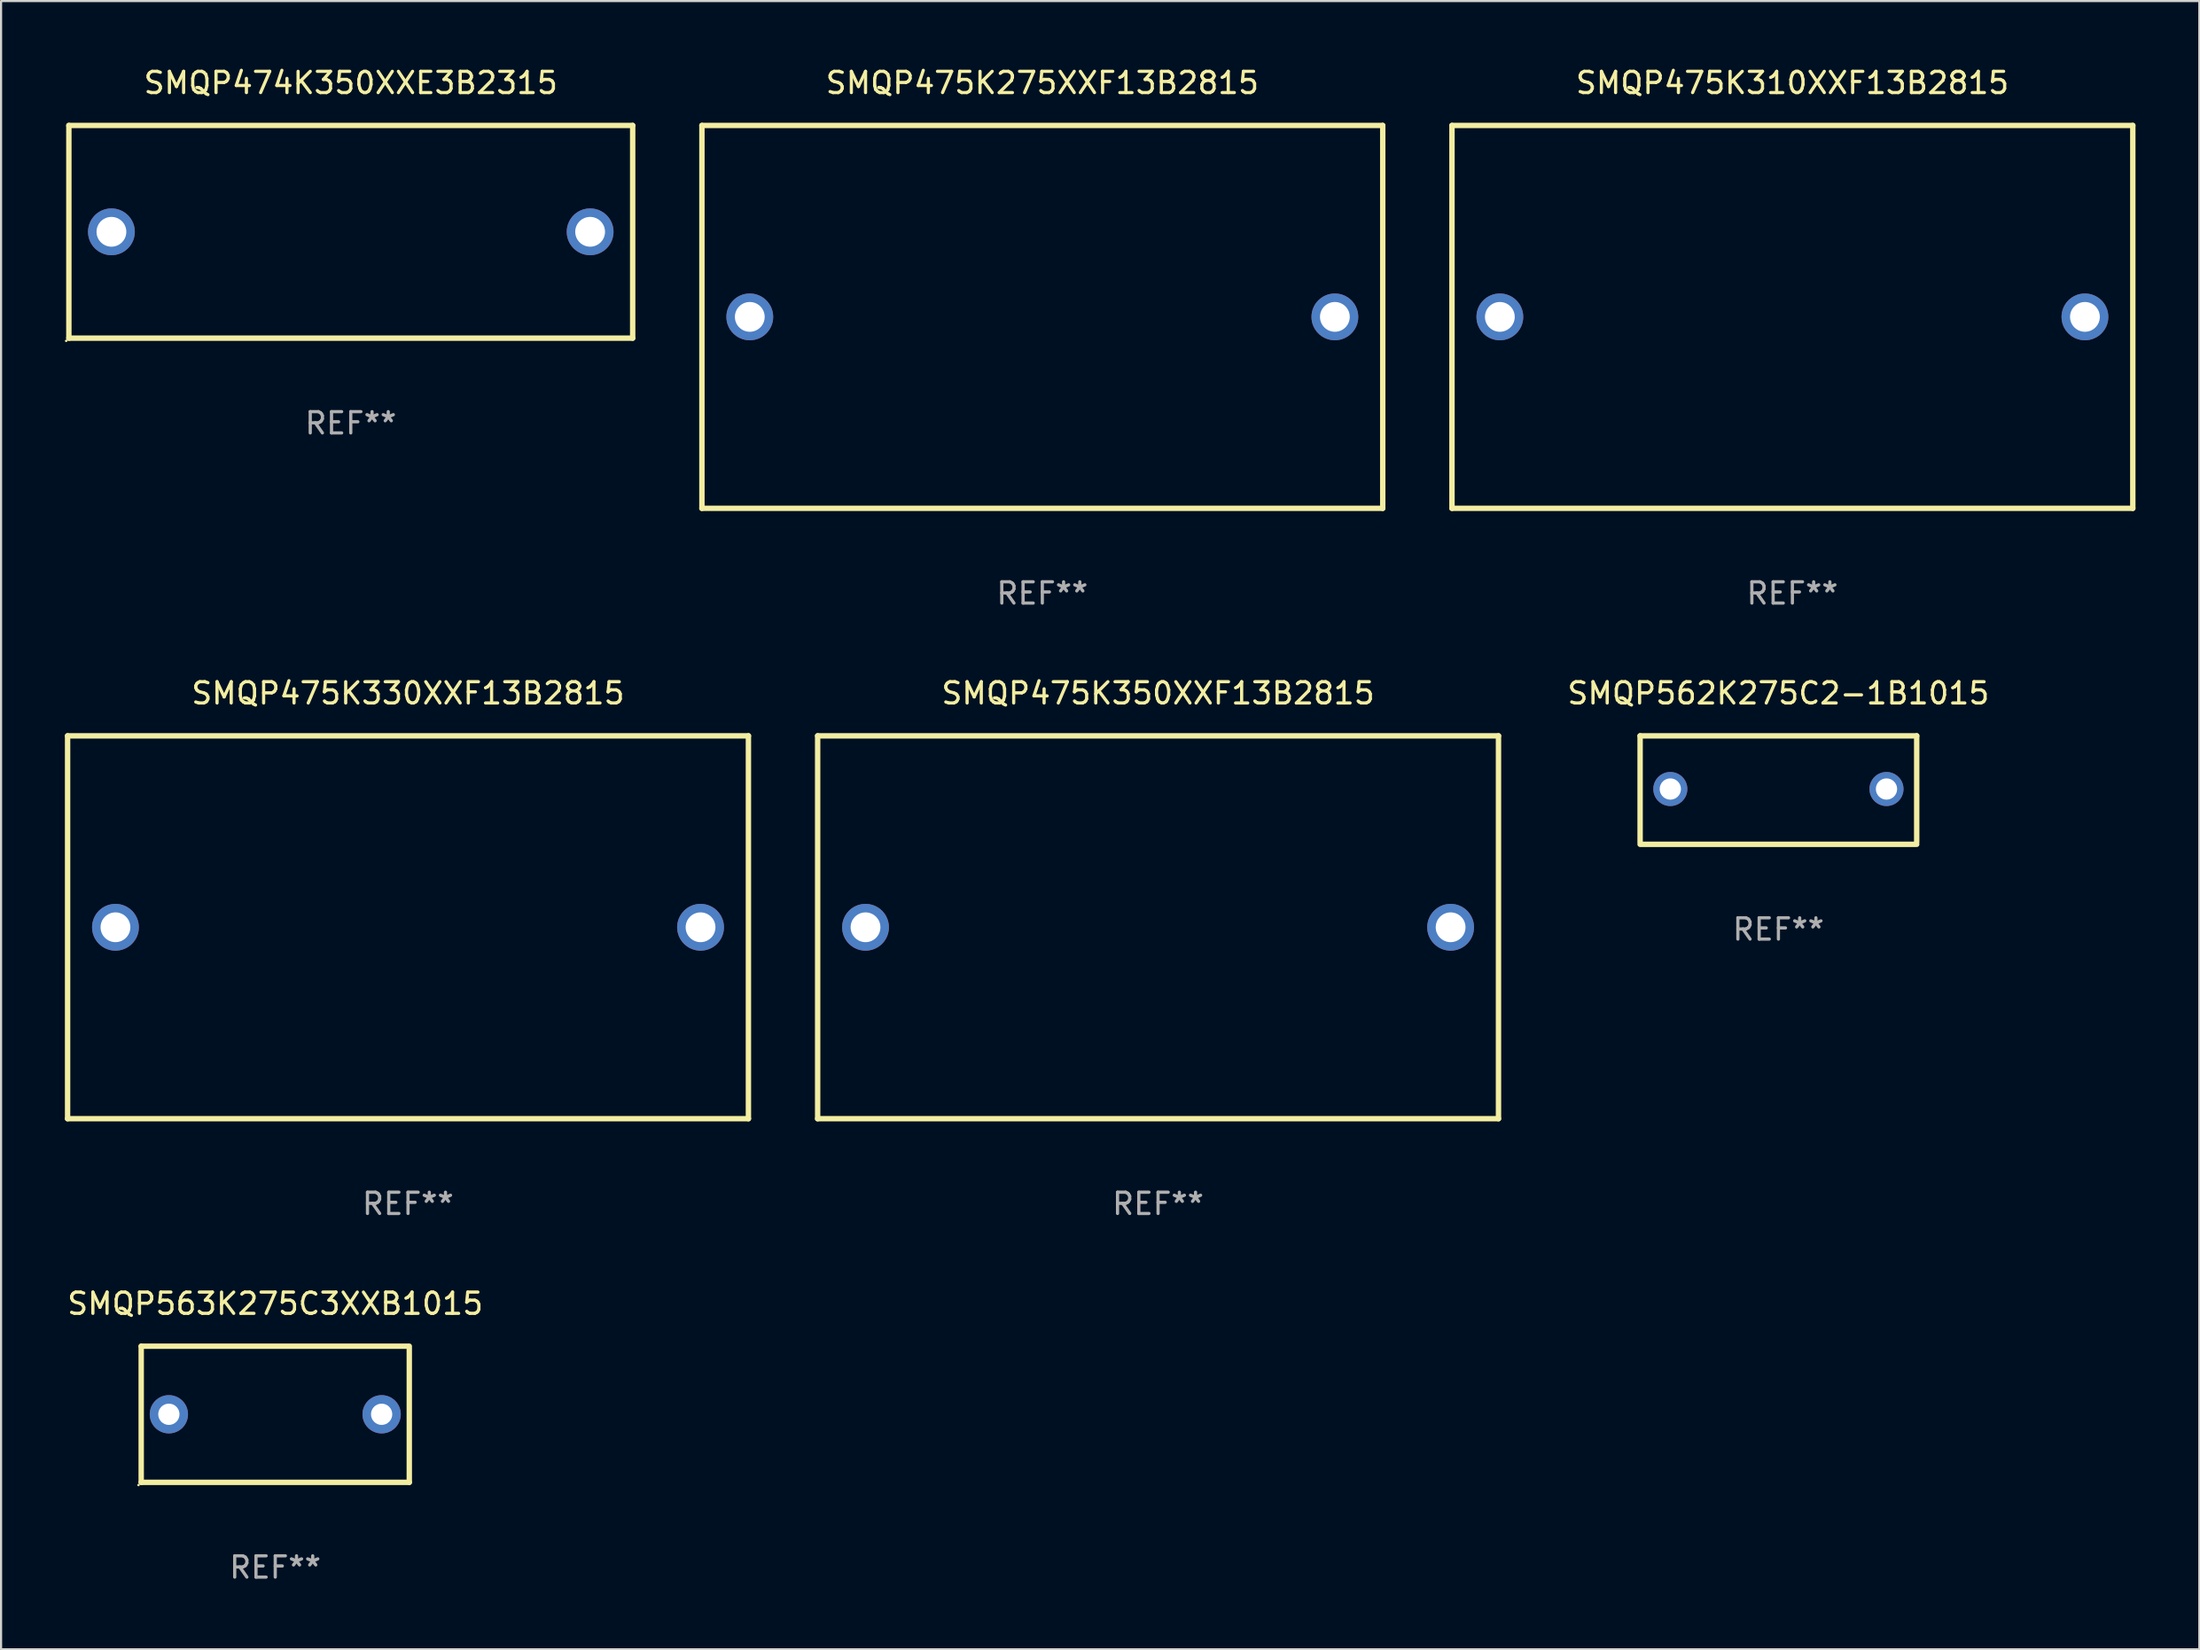
<source format=kicad_pcb>
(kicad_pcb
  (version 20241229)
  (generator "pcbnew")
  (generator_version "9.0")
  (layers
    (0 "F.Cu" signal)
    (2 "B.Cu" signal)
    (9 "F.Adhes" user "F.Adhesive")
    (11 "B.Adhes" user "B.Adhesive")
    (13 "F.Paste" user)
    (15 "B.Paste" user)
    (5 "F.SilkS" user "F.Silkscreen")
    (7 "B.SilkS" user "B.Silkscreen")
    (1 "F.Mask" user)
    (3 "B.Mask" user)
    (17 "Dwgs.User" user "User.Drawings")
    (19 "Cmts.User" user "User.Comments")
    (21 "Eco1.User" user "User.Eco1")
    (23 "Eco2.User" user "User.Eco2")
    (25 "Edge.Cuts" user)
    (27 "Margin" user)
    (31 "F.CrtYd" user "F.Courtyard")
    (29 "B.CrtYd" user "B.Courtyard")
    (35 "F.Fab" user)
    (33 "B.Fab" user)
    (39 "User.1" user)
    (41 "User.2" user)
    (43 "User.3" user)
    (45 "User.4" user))
  (footprint "SMQP474K350XXE3B2315"
    (layer "F.Cu")
    (at 13.437 7.848)
    (property "Reference" "SMQP474K350XXE3B2315" (at 0 -7 0) (layer "F.SilkS") (effects (font (size 1 1) (thickness 0.15))))
    (attr through_hole)
    (fp_line (start -13.25 -5) (end 13.25 -5) (stroke (width 0.254) (type solid)) (layer "F.SilkS"))
    (fp_line (start -13.25 5) (end -13.25 -5) (stroke (width 0.254) (type solid)) (layer "F.SilkS"))
    (fp_line (start 13.25 -5) (end 13.25 5) (stroke (width 0.254) (type solid)) (layer "F.SilkS"))
    (fp_line (start 13.25 5) (end -13.25 5) (stroke (width 0.254) (type solid)) (layer "F.SilkS"))
    (fp_circle (center -13.377 5.127) (end -13.347 5.127) (stroke (width 0.06) (type solid)) (fill no) (layer "F.SilkS"))
    (fp_text user "REF**" (at 0 9 0) (layer "F.Fab") (effects (font (size 1 1) (thickness 0.15))))
    (pad "1" thru_hole circle (at -11.25 0) (size 2.2 2.2) (drill 1.4) (layers "*.Cu" "*.Mask"))
    (pad "2" thru_hole circle (at 11.25 0) (size 2.2 2.2) (drill 1.4) (layers "*.Cu" "*.Mask")))
  (footprint "SMQP475K310XXF13B2815"
    (layer "F.Cu")
    (at 81.195 11.848)
    (property "Reference" "SMQP475K310XXF13B2815" (at 0 -11 0) (layer "F.SilkS") (effects (font (size 1 1) (thickness 0.15))))
    (attr through_hole)
    (fp_line (start -16 -9) (end 16 -9) (stroke (width 0.254) (type solid)) (layer "F.SilkS"))
    (fp_line (start -16 9) (end -16 -9) (stroke (width 0.254) (type solid)) (layer "F.SilkS"))
    (fp_line (start 16 -9) (end 16 9) (stroke (width 0.254) (type solid)) (layer "F.SilkS"))
    (fp_line (start 16 9) (end -16 9) (stroke (width 0.254) (type solid)) (layer "F.SilkS"))
    (fp_circle (center -16 9) (end -15.97 9) (stroke (width 0.06) (type solid)) (fill no) (layer "F.SilkS"))
    (fp_text user "REF**" (at 0 13 0) (layer "F.Fab") (effects (font (size 1 1) (thickness 0.15))))
    (pad "1" thru_hole circle (at -13.75 0) (size 2.2 2.2) (drill 1.4) (layers "*.Cu" "*.Mask"))
    (pad "2" thru_hole circle (at 13.75 0) (size 2.2 2.2) (drill 1.4) (layers "*.Cu" "*.Mask")))
  (footprint "SMQP562K275C2-1B1015"
    (layer "F.Cu")
    (at 80.538 34.095)
    (property "Reference" "SMQP562K275C2-1B1015" (at 0 -4.55 0) (layer "F.SilkS") (effects (font (size 1 1) (thickness 0.15))))
    (attr through_hole)
    (fp_line (start -6.5 -2.55) (end 6.5 -2.55) (stroke (width 0.254) (type solid)) (layer "F.SilkS"))
    (fp_line (start -6.5 2.45) (end -6.5 -2.55) (stroke (width 0.254) (type solid)) (layer "F.SilkS"))
    (fp_line (start 6.5 -2.55) (end 6.5 2.45) (stroke (width 0.254) (type solid)) (layer "F.SilkS"))
    (fp_line (start 6.5 2.55) (end -6.5 2.55) (stroke (width 0.254) (type solid)) (layer "F.SilkS"))
    (fp_circle (center -6.5 2.45) (end -6.47 2.45) (stroke (width 0.06) (type solid)) (fill no) (layer "F.SilkS"))
    (fp_text user "REF**" (at 0 6.55 0) (layer "F.Fab") (effects (font (size 1 1) (thickness 0.15))))
    (pad "1" thru_hole circle (at -5.08 -0.05) (size 1.6 1.6) (drill 1) (layers "*.Cu" "*.Mask"))
    (pad "2" thru_hole circle (at 5.08 -0.05) (size 1.6 1.6) (drill 1) (layers "*.Cu" "*.Mask")))
  (footprint "SMQP563K275C3XXB1015"
    (layer "F.Cu")
    (at 9.887 63.441)
    (property "Reference" "SMQP563K275C3XXB1015" (at 0 -5.2 0) (layer "F.SilkS") (effects (font (size 1 1) (thickness 0.15))))
    (attr through_hole)
    (fp_line (start -6.3 3.2) (end 6.3 3.2) (stroke (width 0.254) (type solid)) (layer "F.SilkS"))
    (fp_line (start -6.3 -3.2) (end -6.3 3.2) (stroke (width 0.254) (type solid)) (layer "F.SilkS"))
    (fp_line (start -6.3 -3.2) (end 6.223 -3.2) (stroke (width 0.254) (type solid)) (layer "F.SilkS"))
    (fp_line (start 6.3 -3.2) (end 6.3 3.2) (stroke (width 0.254) (type solid)) (layer "F.SilkS"))
    (fp_circle (center -6.427 3.327) (end -6.397 3.327) (stroke (width 0.06) (type solid)) (fill no) (layer "F.SilkS"))
    (fp_text user "REF**" (at 0 7.2 0) (layer "F.Fab") (effects (font (size 1 1) (thickness 0.15))))
    (pad "1" thru_hole circle (at -5 0) (size 1.8 1.8) (drill 1) (layers "*.Cu" "*.Mask"))
    (pad "2" thru_hole circle (at 5 0) (size 1.8 1.8) (drill 1) (layers "*.Cu" "*.Mask")))
  (footprint "SMQP475K275XXF13B2815"
    (layer "F.Cu")
    (at 45.941 11.848)
    (property "Reference" "SMQP475K275XXF13B2815" (at 0 -11 0) (layer "F.SilkS") (effects (font (size 1 1) (thickness 0.15))))
    (attr through_hole)
    (fp_line (start -16 -9) (end 16 -9) (stroke (width 0.254) (type solid)) (layer "F.SilkS"))
    (fp_line (start -16 9) (end -16 -9) (stroke (width 0.254) (type solid)) (layer "F.SilkS"))
    (fp_line (start 16 -9) (end 16 9) (stroke (width 0.254) (type solid)) (layer "F.SilkS"))
    (fp_line (start 16 9) (end -16 9) (stroke (width 0.254) (type solid)) (layer "F.SilkS"))
    (fp_circle (center -16 9) (end -15.97 9) (stroke (width 0.06) (type solid)) (fill no) (layer "F.SilkS"))
    (fp_text user "REF**" (at 0 13 0) (layer "F.Fab") (effects (font (size 1 1) (thickness 0.15))))
    (pad "1" thru_hole circle (at -13.75 0) (size 2.2 2.2) (drill 1.4) (layers "*.Cu" "*.Mask"))
    (pad "2" thru_hole circle (at 13.75 0) (size 2.2 2.2) (drill 1.4) (layers "*.Cu" "*.Mask")))
  (footprint "SMQP475K350XXF13B2815"
    (layer "F.Cu")
    (at 51.381 40.545)
    (property "Reference" "SMQP475K350XXF13B2815" (at 0 -11 0) (layer "F.SilkS") (effects (font (size 1 1) (thickness 0.15))))
    (attr through_hole)
    (fp_line (start -16 -9) (end 16 -9) (stroke (width 0.254) (type solid)) (layer "F.SilkS"))
    (fp_line (start -16 9) (end -16 -9) (stroke (width 0.254) (type solid)) (layer "F.SilkS"))
    (fp_line (start 16 -9) (end 16 9) (stroke (width 0.254) (type solid)) (layer "F.SilkS"))
    (fp_line (start 16 9) (end -16 9) (stroke (width 0.254) (type solid)) (layer "F.SilkS"))
    (fp_circle (center -16 9) (end -15.97 9) (stroke (width 0.06) (type solid)) (fill no) (layer "F.SilkS"))
    (fp_text user "REF**" (at 0 13 0) (layer "F.Fab") (effects (font (size 1 1) (thickness 0.15))))
    (pad "1" thru_hole circle (at -13.75 0) (size 2.2 2.2) (drill 1.4) (layers "*.Cu" "*.Mask"))
    (pad "2" thru_hole circle (at 13.75 0) (size 2.2 2.2) (drill 1.4) (layers "*.Cu" "*.Mask")))
  (footprint "SMQP475K330XXF13B2815"
    (layer "F.Cu")
    (at 16.127 40.545)
    (property "Reference" "SMQP475K330XXF13B2815" (at 0 -11 0) (layer "F.SilkS") (effects (font (size 1 1) (thickness 0.15))))
    (attr through_hole)
    (fp_line (start -16 -9) (end 16 -9) (stroke (width 0.254) (type solid)) (layer "F.SilkS"))
    (fp_line (start -16 9) (end -16 -9) (stroke (width 0.254) (type solid)) (layer "F.SilkS"))
    (fp_line (start 16 -9) (end 16 9) (stroke (width 0.254) (type solid)) (layer "F.SilkS"))
    (fp_line (start 16 9) (end -16 9) (stroke (width 0.254) (type solid)) (layer "F.SilkS"))
    (fp_circle (center -16 9) (end -15.97 9) (stroke (width 0.06) (type solid)) (fill no) (layer "F.SilkS"))
    (fp_text user "REF**" (at 0 13 0) (layer "F.Fab") (effects (font (size 1 1) (thickness 0.15))))
    (pad "1" thru_hole circle (at -13.75 0) (size 2.2 2.2) (drill 1.4) (layers "*.Cu" "*.Mask"))
    (pad "2" thru_hole circle (at 13.75 0) (size 2.2 2.2) (drill 1.4) (layers "*.Cu" "*.Mask")))
  (gr_rect
    (start -3 -3)
    (end 100.322 74.49)
    (stroke (width 0.1) (type default))
    (fill no)
    (layer "Edge.Cuts")))
</source>
